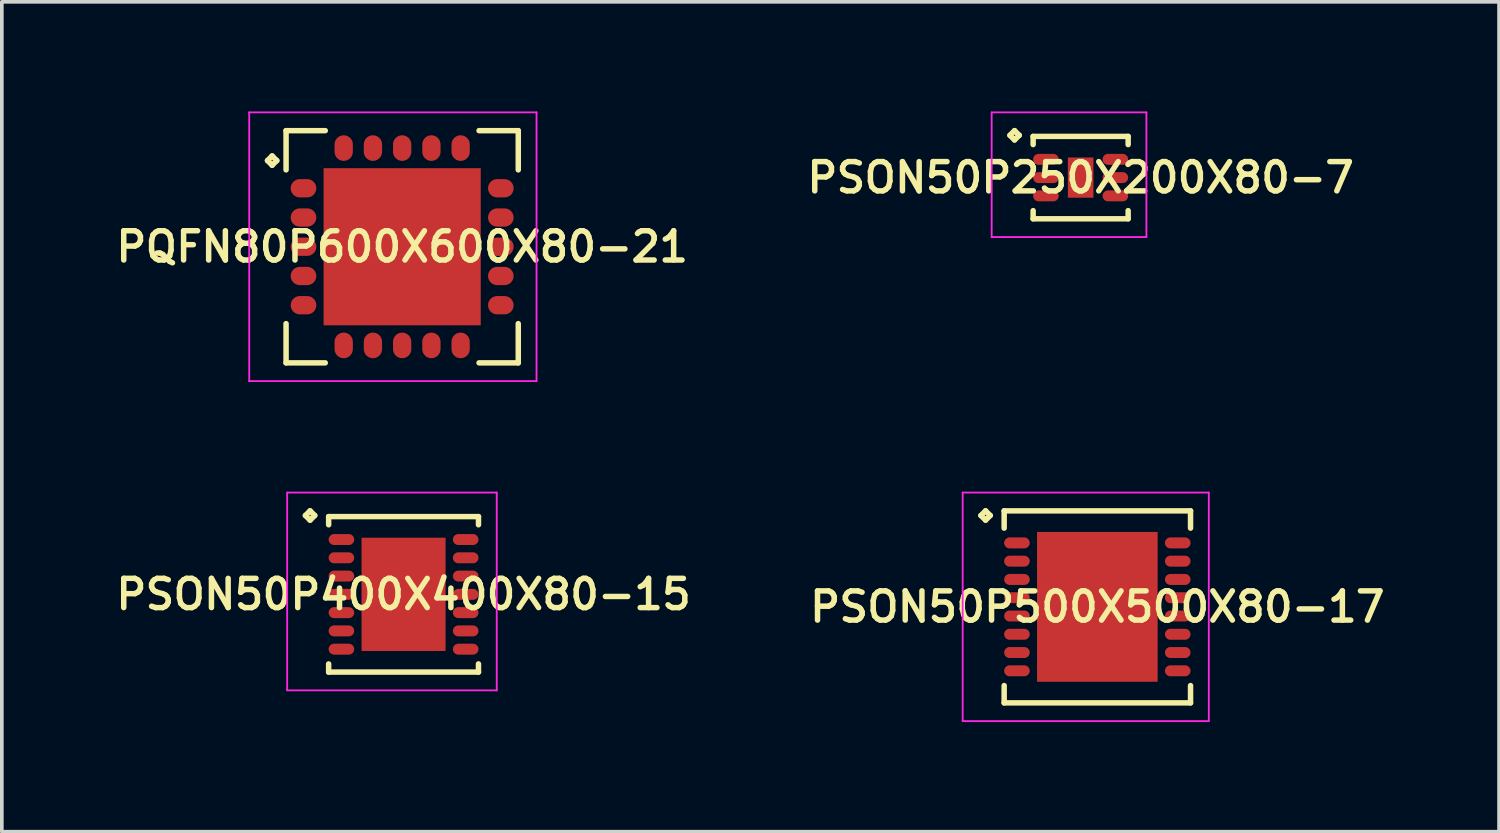
<source format=kicad_pcb>
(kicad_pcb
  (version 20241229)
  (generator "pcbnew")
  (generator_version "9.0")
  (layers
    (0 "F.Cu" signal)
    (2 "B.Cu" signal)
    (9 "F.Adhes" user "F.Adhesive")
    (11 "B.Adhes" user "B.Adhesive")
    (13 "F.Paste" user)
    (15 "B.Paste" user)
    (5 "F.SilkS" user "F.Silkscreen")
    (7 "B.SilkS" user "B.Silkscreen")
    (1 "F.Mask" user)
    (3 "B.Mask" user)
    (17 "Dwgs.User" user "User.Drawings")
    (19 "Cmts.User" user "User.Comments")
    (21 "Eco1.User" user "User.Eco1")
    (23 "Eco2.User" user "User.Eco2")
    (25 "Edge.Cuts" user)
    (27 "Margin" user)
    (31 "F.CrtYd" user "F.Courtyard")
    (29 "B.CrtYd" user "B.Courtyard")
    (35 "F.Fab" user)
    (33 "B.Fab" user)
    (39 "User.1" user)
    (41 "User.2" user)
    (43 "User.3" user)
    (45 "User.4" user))
  (footprint "PSON50P250X200X80-7"
    (layer "F.Cu")
    (at 26.521 1.81)
    (property "Reference" "PSON50P250X200X80-7" (at 0 0 0) (layer "F.SilkS") (effects (font (size 0.8 0.8) (thickness 0.15))))
    (attr smd)
    (fp_line (start -1.935 -1.158) (end -1.808 -1.285) (stroke (width 0.15) (type solid)) (layer "F.SilkS"))
    (fp_line (start -1.808 -1.285) (end -1.681 -1.158) (stroke (width 0.15) (type solid)) (layer "F.SilkS"))
    (fp_line (start -1.808 -1.031) (end -1.935 -1.158) (stroke (width 0.15) (type solid)) (layer "F.SilkS"))
    (fp_line (start -1.681 -1.158) (end -1.808 -1.031) (stroke (width 0.15) (type solid)) (layer "F.SilkS"))
    (fp_line (start -1.3 -1.127) (end 1.3 -1.127) (stroke (width 0.15) (type solid)) (layer "F.SilkS"))
    (fp_line (start -1.3 -0.904) (end -1.3 -1.127) (stroke (width 0.15) (type solid)) (layer "F.SilkS"))
    (fp_line (start -1.3 0.904) (end -1.3 1.127) (stroke (width 0.15) (type solid)) (layer "F.SilkS"))
    (fp_line (start -1.3 1.127) (end 1.3 1.127) (stroke (width 0.15) (type solid)) (layer "F.SilkS"))
    (fp_line (start 1.3 -1.127) (end 1.3 -0.904) (stroke (width 0.15) (type solid)) (layer "F.SilkS"))
    (fp_line (start 1.3 1.127) (end 1.3 0.904) (stroke (width 0.15) (type solid)) (layer "F.SilkS"))
    (fp_line (start -2.435 -1.785) (end 1.8 -1.785) (stroke (width 0.05) (type solid)) (layer "F.CrtYd"))
    (fp_line (start -2.435 1.627) (end -2.435 -1.785) (stroke (width 0.05) (type solid)) (layer "F.CrtYd"))
    (fp_line (start 1.8 -1.785) (end 1.8 1.627) (stroke (width 0.05) (type solid)) (layer "F.CrtYd"))
    (fp_line (start 1.8 1.627) (end -2.435 1.627) (stroke (width 0.05) (type solid)) (layer "F.CrtYd"))
    (pad "1" smd oval (at -0.95 -0.5) (size 0.7 0.3) (layers "F.Cu" "F.Mask" "F.Paste"))
    (pad "2" smd oval (at -0.95 0) (size 0.7 0.3) (layers "F.Cu" "F.Mask" "F.Paste"))
    (pad "3" smd oval (at -0.95 0.5) (size 0.7 0.3) (layers "F.Cu" "F.Mask" "F.Paste"))
    (pad "4" smd oval (at 0.95 0.5) (size 0.7 0.3) (layers "F.Cu" "F.Mask" "F.Paste"))
    (pad "5" smd oval (at 0.95 0) (size 0.7 0.3) (layers "F.Cu" "F.Mask" "F.Paste"))
    (pad "6" smd oval (at 0.95 -0.5) (size 0.7 0.3) (layers "F.Cu" "F.Mask" "F.Paste"))
    (pad "7" smd rect (at 0 0) (size 0.7 1.1) (layers "F.Cu" "F.Mask" "F.Paste")))
  (footprint "PSON50P500X500X80-17"
    (layer "F.Cu")
    (at 26.978 13.556)
    (property "Reference" "PSON50P500X500X80-17" (at 0 0 0) (layer "F.SilkS") (effects (font (size 0.8 0.8) (thickness 0.15))))
    (attr smd)
    (fp_line (start -3.185 -2.5) (end -3.058 -2.627) (stroke (width 0.15) (type solid)) (layer "F.SilkS"))
    (fp_line (start -3.058 -2.627) (end -2.931 -2.5) (stroke (width 0.15) (type solid)) (layer "F.SilkS"))
    (fp_line (start -3.058 -2.373) (end -3.185 -2.5) (stroke (width 0.15) (type solid)) (layer "F.SilkS"))
    (fp_line (start -2.931 -2.5) (end -3.058 -2.373) (stroke (width 0.15) (type solid)) (layer "F.SilkS"))
    (fp_line (start -2.55 -2.627) (end 2.55 -2.627) (stroke (width 0.15) (type solid)) (layer "F.SilkS"))
    (fp_line (start -2.55 -2.154) (end -2.55 -2.627) (stroke (width 0.15) (type solid)) (layer "F.SilkS"))
    (fp_line (start -2.55 2.154) (end -2.55 2.627) (stroke (width 0.15) (type solid)) (layer "F.SilkS"))
    (fp_line (start -2.55 2.627) (end 2.55 2.627) (stroke (width 0.15) (type solid)) (layer "F.SilkS"))
    (fp_line (start 2.55 -2.627) (end 2.55 -2.154) (stroke (width 0.15) (type solid)) (layer "F.SilkS"))
    (fp_line (start 2.55 2.627) (end 2.55 2.154) (stroke (width 0.15) (type solid)) (layer "F.SilkS"))
    (fp_line (start -3.685 -3.127) (end 3.05 -3.127) (stroke (width 0.05) (type solid)) (layer "F.CrtYd"))
    (fp_line (start -3.685 3.127) (end -3.685 -3.127) (stroke (width 0.05) (type solid)) (layer "F.CrtYd"))
    (fp_line (start 3.05 -3.127) (end 3.05 3.127) (stroke (width 0.05) (type solid)) (layer "F.CrtYd"))
    (fp_line (start 3.05 3.127) (end -3.685 3.127) (stroke (width 0.05) (type solid)) (layer "F.CrtYd"))
    (pad "1" smd oval (at -2.2 -1.75) (size 0.7 0.3) (layers "F.Cu" "F.Mask" "F.Paste"))
    (pad "2" smd oval (at -2.2 -1.25) (size 0.7 0.3) (layers "F.Cu" "F.Mask" "F.Paste"))
    (pad "3" smd oval (at -2.2 -0.75) (size 0.7 0.3) (layers "F.Cu" "F.Mask" "F.Paste"))
    (pad "4" smd oval (at -2.2 -0.25) (size 0.7 0.3) (layers "F.Cu" "F.Mask" "F.Paste"))
    (pad "5" smd oval (at -2.2 0.25) (size 0.7 0.3) (layers "F.Cu" "F.Mask" "F.Paste"))
    (pad "6" smd oval (at -2.2 0.75) (size 0.7 0.3) (layers "F.Cu" "F.Mask" "F.Paste"))
    (pad "7" smd oval (at -2.2 1.25) (size 0.7 0.3) (layers "F.Cu" "F.Mask" "F.Paste"))
    (pad "8" smd oval (at -2.2 1.75) (size 0.7 0.3) (layers "F.Cu" "F.Mask" "F.Paste"))
    (pad "9" smd oval (at 2.2 1.75) (size 0.7 0.3) (layers "F.Cu" "F.Mask" "F.Paste"))
    (pad "10" smd oval (at 2.2 1.25) (size 0.7 0.3) (layers "F.Cu" "F.Mask" "F.Paste"))
    (pad "11" smd oval (at 2.2 0.75) (size 0.7 0.3) (layers "F.Cu" "F.Mask" "F.Paste"))
    (pad "12" smd oval (at 2.2 0.25) (size 0.7 0.3) (layers "F.Cu" "F.Mask" "F.Paste"))
    (pad "13" smd oval (at 2.2 -0.25) (size 0.7 0.3) (layers "F.Cu" "F.Mask" "F.Paste"))
    (pad "14" smd oval (at 2.2 -0.75) (size 0.7 0.3) (layers "F.Cu" "F.Mask" "F.Paste"))
    (pad "15" smd oval (at 2.2 -1.25) (size 0.7 0.3) (layers "F.Cu" "F.Mask" "F.Paste"))
    (pad "16" smd oval (at 2.2 -1.75) (size 0.7 0.3) (layers "F.Cu" "F.Mask" "F.Paste"))
    (pad "17" smd rect (at 0 0) (size 3.3 4.1) (layers "F.Cu" "F.Mask" "F.Paste")))
  (footprint "PQFN80P600X600X80-21"
    (layer "F.Cu")
    (at 7.955 3.702)
    (property "Reference" "PQFN80P600X600X80-21" (at 0 0 0) (layer "F.SilkS") (effects (font (size 0.8 0.8) (thickness 0.15))))
    (attr smd)
    (fp_line (start -3.685 -2.358) (end -3.558 -2.485) (stroke (width 0.15) (type solid)) (layer "F.SilkS"))
    (fp_line (start -3.558 -2.485) (end -3.431 -2.358) (stroke (width 0.15) (type solid)) (layer "F.SilkS"))
    (fp_line (start -3.558 -2.231) (end -3.685 -2.358) (stroke (width 0.15) (type solid)) (layer "F.SilkS"))
    (fp_line (start -3.431 -2.358) (end -3.558 -2.231) (stroke (width 0.15) (type solid)) (layer "F.SilkS"))
    (fp_line (start -3.177 -3.177) (end -2.104 -3.177) (stroke (width 0.15) (type solid)) (layer "F.SilkS"))
    (fp_line (start -3.177 -2.104) (end -3.177 -3.177) (stroke (width 0.15) (type solid)) (layer "F.SilkS"))
    (fp_line (start -3.177 2.104) (end -3.177 3.177) (stroke (width 0.15) (type solid)) (layer "F.SilkS"))
    (fp_line (start -3.177 3.177) (end -2.104 3.177) (stroke (width 0.15) (type solid)) (layer "F.SilkS"))
    (fp_line (start 2.104 -3.177) (end 3.177 -3.177) (stroke (width 0.15) (type solid)) (layer "F.SilkS"))
    (fp_line (start 2.104 3.177) (end 3.177 3.177) (stroke (width 0.15) (type solid)) (layer "F.SilkS"))
    (fp_line (start 3.177 -3.177) (end 3.177 -2.104) (stroke (width 0.15) (type solid)) (layer "F.SilkS"))
    (fp_line (start 3.177 3.177) (end 3.177 2.104) (stroke (width 0.15) (type solid)) (layer "F.SilkS"))
    (fp_line (start -4.185 -3.677) (end 3.677 -3.677) (stroke (width 0.05) (type solid)) (layer "F.CrtYd"))
    (fp_line (start -4.185 3.677) (end -4.185 -3.677) (stroke (width 0.05) (type solid)) (layer "F.CrtYd"))
    (fp_line (start 3.677 -3.677) (end 3.677 3.677) (stroke (width 0.05) (type solid)) (layer "F.CrtYd"))
    (fp_line (start 3.677 3.677) (end -4.185 3.677) (stroke (width 0.05) (type solid)) (layer "F.CrtYd"))
    (pad "1" smd oval (at -2.7 -1.6) (size 0.7 0.5) (layers "F.Cu" "F.Mask" "F.Paste"))
    (pad "2" smd oval (at -2.7 -0.8) (size 0.7 0.5) (layers "F.Cu" "F.Mask" "F.Paste"))
    (pad "3" smd oval (at -2.7 0) (size 0.7 0.5) (layers "F.Cu" "F.Mask" "F.Paste"))
    (pad "4" smd oval (at -2.7 0.8) (size 0.7 0.5) (layers "F.Cu" "F.Mask" "F.Paste"))
    (pad "5" smd oval (at -2.7 1.6) (size 0.7 0.5) (layers "F.Cu" "F.Mask" "F.Paste"))
    (pad "6" smd oval (at -1.6 2.7) (size 0.5 0.7) (layers "F.Cu" "F.Mask" "F.Paste"))
    (pad "7" smd oval (at -0.8 2.7) (size 0.5 0.7) (layers "F.Cu" "F.Mask" "F.Paste"))
    (pad "8" smd oval (at 0 2.7) (size 0.5 0.7) (layers "F.Cu" "F.Mask" "F.Paste"))
    (pad "9" smd oval (at 0.8 2.7) (size 0.5 0.7) (layers "F.Cu" "F.Mask" "F.Paste"))
    (pad "10" smd oval (at 1.6 2.7) (size 0.5 0.7) (layers "F.Cu" "F.Mask" "F.Paste"))
    (pad "11" smd oval (at 2.7 1.6) (size 0.7 0.5) (layers "F.Cu" "F.Mask" "F.Paste"))
    (pad "12" smd oval (at 2.7 0.8) (size 0.7 0.5) (layers "F.Cu" "F.Mask" "F.Paste"))
    (pad "13" smd oval (at 2.7 0) (size 0.7 0.5) (layers "F.Cu" "F.Mask" "F.Paste"))
    (pad "14" smd oval (at 2.7 -0.8) (size 0.7 0.5) (layers "F.Cu" "F.Mask" "F.Paste"))
    (pad "15" smd oval (at 2.7 -1.6) (size 0.7 0.5) (layers "F.Cu" "F.Mask" "F.Paste"))
    (pad "16" smd oval (at 1.6 -2.7) (size 0.5 0.7) (layers "F.Cu" "F.Mask" "F.Paste"))
    (pad "17" smd oval (at 0.8 -2.7) (size 0.5 0.7) (layers "F.Cu" "F.Mask" "F.Paste"))
    (pad "18" smd oval (at 0 -2.7) (size 0.5 0.7) (layers "F.Cu" "F.Mask" "F.Paste"))
    (pad "19" smd oval (at -0.8 -2.7) (size 0.5 0.7) (layers "F.Cu" "F.Mask" "F.Paste"))
    (pad "20" smd oval (at -1.6 -2.7) (size 0.5 0.7) (layers "F.Cu" "F.Mask" "F.Paste"))
    (pad "21" smd rect (at 0 0) (size 4.3 4.3) (layers "F.Cu" "F.Mask" "F.Paste")))
  (footprint "PSON50P400X400X80-15"
    (layer "F.Cu")
    (at 7.993 13.214)
    (property "Reference" "PSON50P400X400X80-15" (at 0 0 0) (layer "F.SilkS") (effects (font (size 0.8 0.8) (thickness 0.15))))
    (attr smd)
    (fp_line (start -2.685 -2.158) (end -2.558 -2.285) (stroke (width 0.15) (type solid)) (layer "F.SilkS"))
    (fp_line (start -2.558 -2.285) (end -2.431 -2.158) (stroke (width 0.15) (type solid)) (layer "F.SilkS"))
    (fp_line (start -2.558 -2.031) (end -2.685 -2.158) (stroke (width 0.15) (type solid)) (layer "F.SilkS"))
    (fp_line (start -2.431 -2.158) (end -2.558 -2.031) (stroke (width 0.15) (type solid)) (layer "F.SilkS"))
    (fp_line (start -2.05 -2.127) (end 2.05 -2.127) (stroke (width 0.15) (type solid)) (layer "F.SilkS"))
    (fp_line (start -2.05 -1.904) (end -2.05 -2.127) (stroke (width 0.15) (type solid)) (layer "F.SilkS"))
    (fp_line (start -2.05 1.904) (end -2.05 2.127) (stroke (width 0.15) (type solid)) (layer "F.SilkS"))
    (fp_line (start -2.05 2.127) (end 2.05 2.127) (stroke (width 0.15) (type solid)) (layer "F.SilkS"))
    (fp_line (start 2.05 -2.127) (end 2.05 -1.904) (stroke (width 0.15) (type solid)) (layer "F.SilkS"))
    (fp_line (start 2.05 2.127) (end 2.05 1.904) (stroke (width 0.15) (type solid)) (layer "F.SilkS"))
    (fp_line (start -3.185 -2.785) (end 2.55 -2.785) (stroke (width 0.05) (type solid)) (layer "F.CrtYd"))
    (fp_line (start -3.185 2.627) (end -3.185 -2.785) (stroke (width 0.05) (type solid)) (layer "F.CrtYd"))
    (fp_line (start 2.55 -2.785) (end 2.55 2.627) (stroke (width 0.05) (type solid)) (layer "F.CrtYd"))
    (fp_line (start 2.55 2.627) (end -3.185 2.627) (stroke (width 0.05) (type solid)) (layer "F.CrtYd"))
    (pad "1" smd oval (at -1.7 -1.5) (size 0.7 0.3) (layers "F.Cu" "F.Mask" "F.Paste"))
    (pad "2" smd oval (at -1.7 -1) (size 0.7 0.3) (layers "F.Cu" "F.Mask" "F.Paste"))
    (pad "3" smd oval (at -1.7 -0.5) (size 0.7 0.3) (layers "F.Cu" "F.Mask" "F.Paste"))
    (pad "4" smd oval (at -1.7 0) (size 0.7 0.3) (layers "F.Cu" "F.Mask" "F.Paste"))
    (pad "5" smd oval (at -1.7 0.5) (size 0.7 0.3) (layers "F.Cu" "F.Mask" "F.Paste"))
    (pad "6" smd oval (at -1.7 1) (size 0.7 0.3) (layers "F.Cu" "F.Mask" "F.Paste"))
    (pad "7" smd oval (at -1.7 1.5) (size 0.7 0.3) (layers "F.Cu" "F.Mask" "F.Paste"))
    (pad "8" smd oval (at 1.7 1.5) (size 0.7 0.3) (layers "F.Cu" "F.Mask" "F.Paste"))
    (pad "9" smd oval (at 1.7 1) (size 0.7 0.3) (layers "F.Cu" "F.Mask" "F.Paste"))
    (pad "10" smd oval (at 1.7 0.5) (size 0.7 0.3) (layers "F.Cu" "F.Mask" "F.Paste"))
    (pad "11" smd oval (at 1.7 0) (size 0.7 0.3) (layers "F.Cu" "F.Mask" "F.Paste"))
    (pad "12" smd oval (at 1.7 -0.5) (size 0.7 0.3) (layers "F.Cu" "F.Mask" "F.Paste"))
    (pad "13" smd oval (at 1.7 -1) (size 0.7 0.3) (layers "F.Cu" "F.Mask" "F.Paste"))
    (pad "14" smd oval (at 1.7 -1.5) (size 0.7 0.3) (layers "F.Cu" "F.Mask" "F.Paste"))
    (pad "15" smd rect (at 0 0) (size 2.3 3.1) (layers "F.Cu" "F.Mask" "F.Paste")))
  (gr_rect
    (start -3 -3)
    (end 37.97 19.708)
    (stroke (width 0.1) (type default))
    (fill no)
    (layer "Edge.Cuts")))
</source>
